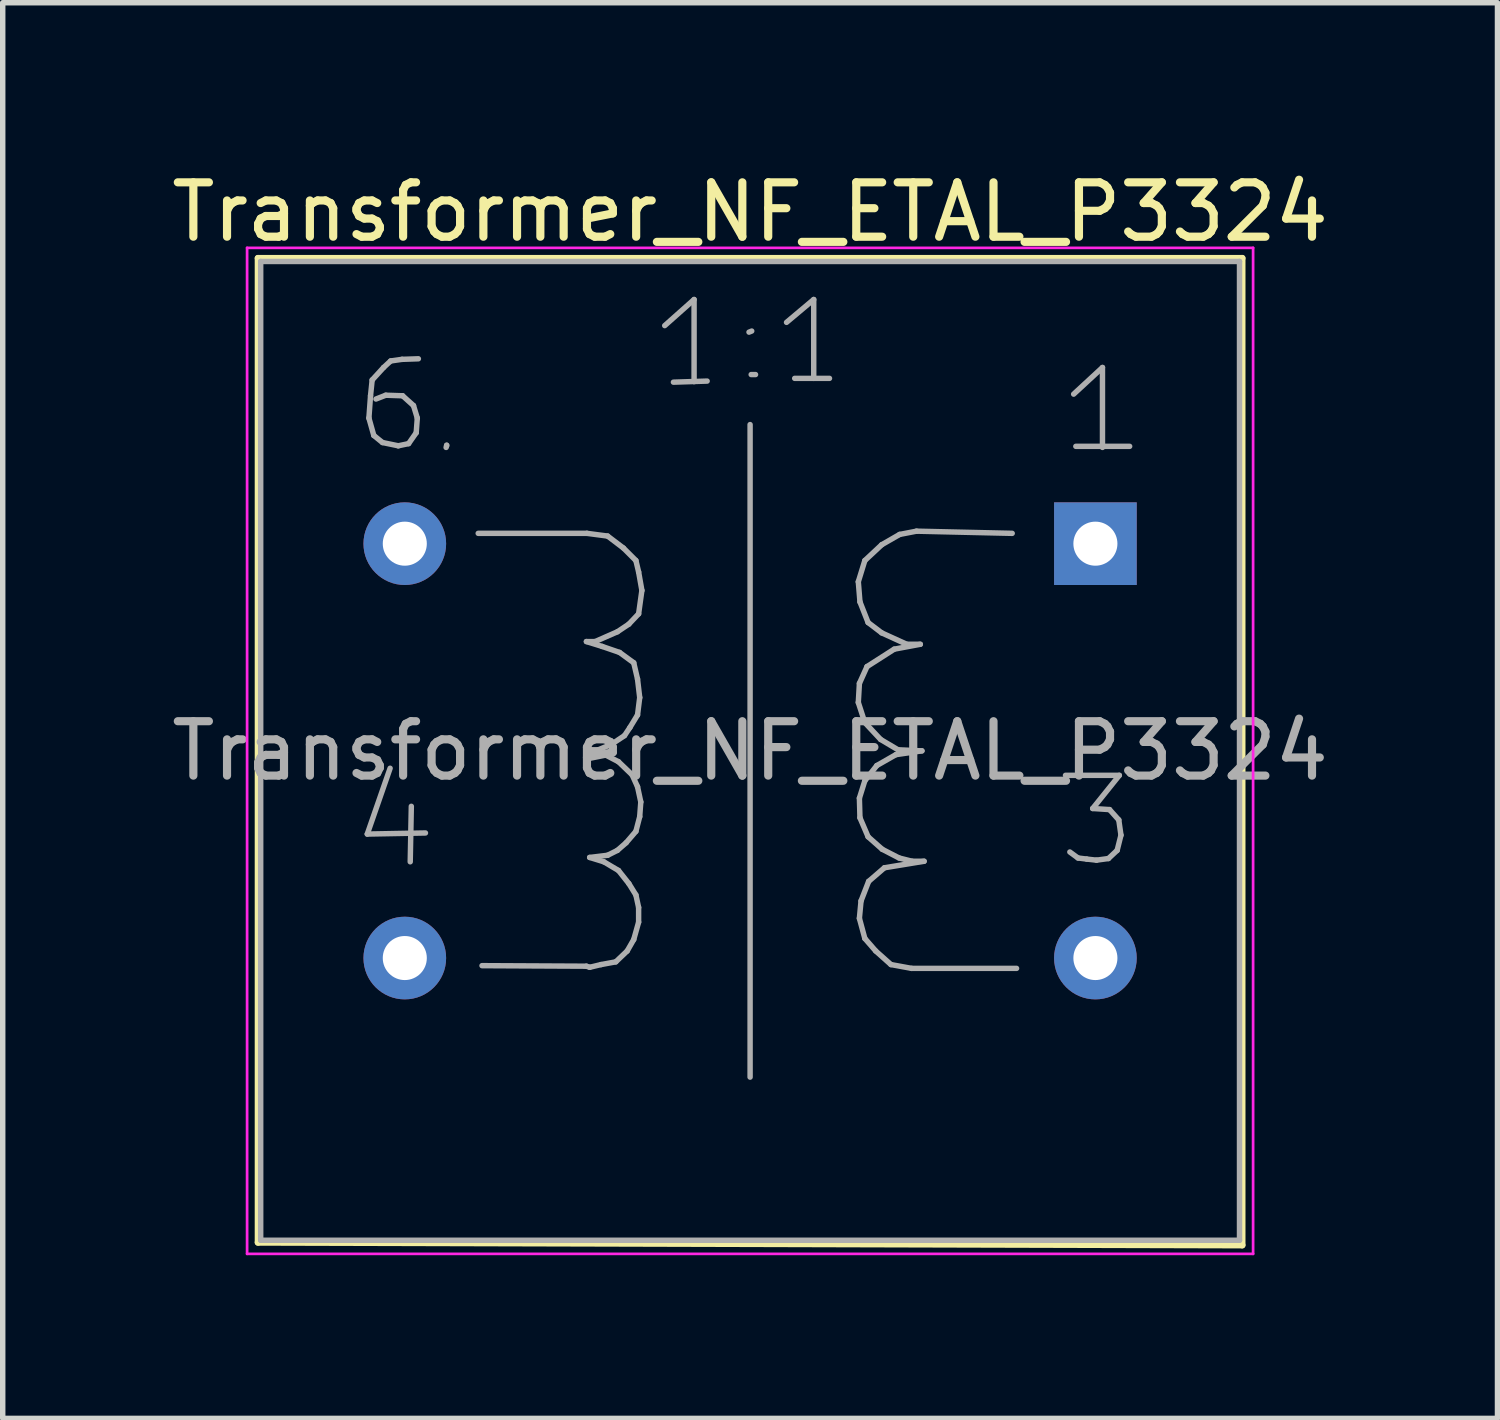
<source format=kicad_pcb>
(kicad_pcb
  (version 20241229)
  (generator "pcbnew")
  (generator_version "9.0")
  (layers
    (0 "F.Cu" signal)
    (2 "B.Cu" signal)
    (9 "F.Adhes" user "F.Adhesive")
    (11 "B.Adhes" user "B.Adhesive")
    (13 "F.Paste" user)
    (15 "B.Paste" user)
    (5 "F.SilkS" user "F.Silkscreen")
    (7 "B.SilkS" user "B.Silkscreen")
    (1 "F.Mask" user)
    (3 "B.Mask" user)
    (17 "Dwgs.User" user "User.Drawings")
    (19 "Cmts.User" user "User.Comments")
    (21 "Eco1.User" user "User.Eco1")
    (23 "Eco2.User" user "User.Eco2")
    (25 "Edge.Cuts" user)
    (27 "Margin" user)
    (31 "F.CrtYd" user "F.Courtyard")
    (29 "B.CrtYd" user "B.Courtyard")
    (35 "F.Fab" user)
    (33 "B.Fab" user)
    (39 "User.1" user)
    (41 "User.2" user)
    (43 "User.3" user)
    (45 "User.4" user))
  (footprint "Transformer_NF_ETAL_P3324"
    (layer "F.Cu")
    (at 17.094 6.948)
    (property "Reference" "Transformer_NF_ETAL_P3324" (at -6.35 -6.1 0) (layer "F.SilkS") (effects (font (size 1 1) (thickness 0.15))))
    (attr through_hole)
    (fp_line (start -15.4 -5.25) (end 2.7 -5.25) (stroke (width 0.12) (type solid)) (layer "F.SilkS"))
    (fp_line (start -15.4 12.85) (end -15.4 -5.25) (stroke (width 0.12) (type solid)) (layer "F.SilkS"))
    (fp_line (start 2.7 -5.25) (end 2.7 12.9) (stroke (width 0.12) (type solid)) (layer "F.SilkS"))
    (fp_line (start 2.7 12.9) (end -15.4 12.85) (stroke (width 0.12) (type solid)) (layer "F.SilkS"))
    (fp_line (start -15.6 -5.44) (end -15.6 13.06) (stroke (width 0.05) (type solid)) (layer "F.CrtYd"))
    (fp_line (start -15.6 -5.44) (end 2.9 -5.44) (stroke (width 0.05) (type solid)) (layer "F.CrtYd"))
    (fp_line (start 2.9 13.06) (end -15.6 13.06) (stroke (width 0.05) (type solid)) (layer "F.CrtYd"))
    (fp_line (start 2.9 13.06) (end 2.9 -5.44) (stroke (width 0.05) (type solid)) (layer "F.CrtYd"))
    (fp_line (start -15.35 -5.19) (end -15.35 12.81) (stroke (width 0.1) (type solid)) (layer "F.Fab"))
    (fp_line (start -15.35 12.81) (end 2.65 12.81) (stroke (width 0.1) (type solid)) (layer "F.Fab"))
    (fp_line (start -13.39 5.34) (end -12.32 5.32) (stroke (width 0.1) (type solid)) (layer "F.Fab"))
    (fp_line (start -13.36 -2.31) (end -13.27 -1.99) (stroke (width 0.1) (type solid)) (layer "F.Fab"))
    (fp_line (start -13.33 -2.72) (end -13.36 -2.31) (stroke (width 0.1) (type solid)) (layer "F.Fab"))
    (fp_line (start -13.3 -3.01) (end -13.33 -2.72) (stroke (width 0.1) (type solid)) (layer "F.Fab"))
    (fp_line (start -13.27 -1.99) (end -13.11 -1.86) (stroke (width 0.1) (type solid)) (layer "F.Fab"))
    (fp_line (start -13.11 -1.86) (end -12.82 -1.8) (stroke (width 0.1) (type solid)) (layer "F.Fab"))
    (fp_line (start -13.09 -3.24) (end -13.3 -3.01) (stroke (width 0.1) (type solid)) (layer "F.Fab"))
    (fp_line (start -13.05 -2.73) (end -13.23 -2.66) (stroke (width 0.1) (type solid)) (layer "F.Fab"))
    (fp_line (start -12.97 4.13) (end -13.39 5.34) (stroke (width 0.1) (type solid)) (layer "F.Fab"))
    (fp_line (start -12.96 -3.36) (end -13.09 -3.24) (stroke (width 0.1) (type solid)) (layer "F.Fab"))
    (fp_line (start -12.82 -1.8) (end -12.63 -1.84) (stroke (width 0.1) (type solid)) (layer "F.Fab"))
    (fp_line (start -12.75 -3.39) (end -12.96 -3.36) (stroke (width 0.1) (type solid)) (layer "F.Fab"))
    (fp_line (start -12.74 -2.72) (end -13.05 -2.73) (stroke (width 0.1) (type solid)) (layer "F.Fab"))
    (fp_line (start -12.63 -1.84) (end -12.49 -2.04) (stroke (width 0.1) (type solid)) (layer "F.Fab"))
    (fp_line (start -12.58 4.83) (end -12.6 5.85) (stroke (width 0.1) (type solid)) (layer "F.Fab"))
    (fp_line (start -12.54 -2.54) (end -12.74 -2.72) (stroke (width 0.1) (type solid)) (layer "F.Fab"))
    (fp_line (start -12.49 -2.04) (end -12.47 -2.31) (stroke (width 0.1) (type solid)) (layer "F.Fab"))
    (fp_line (start -12.47 -2.31) (end -12.54 -2.54) (stroke (width 0.1) (type solid)) (layer "F.Fab"))
    (fp_line (start -12.45 -3.4) (end -12.75 -3.39) (stroke (width 0.1) (type solid)) (layer "F.Fab"))
    (fp_line (start -11.94 -1.77) (end -11.93 -1.81) (stroke (width 0.1) (type solid)) (layer "F.Fab"))
    (fp_line (start -11.93 -1.81) (end -11.93 -1.8) (stroke (width 0.1) (type solid)) (layer "F.Fab"))
    (fp_line (start -11.35 -0.19) (end -9.35 -0.19) (stroke (width 0.1) (type solid)) (layer "F.Fab"))
    (fp_line (start -9.36 1.8) (end -9.07 1.89) (stroke (width 0.1) (type solid)) (layer "F.Fab"))
    (fp_line (start -9.36 7.77) (end -11.28 7.76) (stroke (width 0.1) (type solid)) (layer "F.Fab"))
    (fp_line (start -9.35 -0.19) (end -8.97 -0.14) (stroke (width 0.1) (type solid)) (layer "F.Fab"))
    (fp_line (start -9.3 5.77) (end -9.04 5.85) (stroke (width 0.1) (type solid)) (layer "F.Fab"))
    (fp_line (start -9.3 7.79) (end -9.36 7.77) (stroke (width 0.1) (type solid)) (layer "F.Fab"))
    (fp_line (start -9.29 3.79) (end -9.02 3.88) (stroke (width 0.1) (type solid)) (layer "F.Fab"))
    (fp_line (start -9.2 1.8) (end -9.36 1.8) (stroke (width 0.1) (type solid)) (layer "F.Fab"))
    (fp_line (start -9.14 3.79) (end -9.29 3.79) (stroke (width 0.1) (type solid)) (layer "F.Fab"))
    (fp_line (start -9.09 7.74) (end -9.3 7.79) (stroke (width 0.1) (type solid)) (layer "F.Fab"))
    (fp_line (start -9.07 1.89) (end -8.75 2) (stroke (width 0.1) (type solid)) (layer "F.Fab"))
    (fp_line (start -9.04 5.85) (end -8.77 6.01) (stroke (width 0.1) (type solid)) (layer "F.Fab"))
    (fp_line (start -9.02 3.88) (end -8.77 4.01) (stroke (width 0.1) (type solid)) (layer "F.Fab"))
    (fp_line (start -8.97 -0.14) (end -8.68 0.08) (stroke (width 0.1) (type solid)) (layer "F.Fab"))
    (fp_line (start -8.97 5.73) (end -9.3 5.77) (stroke (width 0.1) (type solid)) (layer "F.Fab"))
    (fp_line (start -8.9 3.69) (end -9.14 3.79) (stroke (width 0.1) (type solid)) (layer "F.Fab"))
    (fp_line (start -8.82 7.69) (end -9.09 7.74) (stroke (width 0.1) (type solid)) (layer "F.Fab"))
    (fp_line (start -8.79 1.62) (end -9.2 1.8) (stroke (width 0.1) (type solid)) (layer "F.Fab"))
    (fp_line (start -8.79 5.64) (end -8.97 5.73) (stroke (width 0.1) (type solid)) (layer "F.Fab"))
    (fp_line (start -8.77 4.01) (end -8.52 4.25) (stroke (width 0.1) (type solid)) (layer "F.Fab"))
    (fp_line (start -8.77 6.01) (end -8.58 6.25) (stroke (width 0.1) (type solid)) (layer "F.Fab"))
    (fp_line (start -8.75 2) (end -8.49 2.19) (stroke (width 0.1) (type solid)) (layer "F.Fab"))
    (fp_line (start -8.68 0.08) (end -8.45 0.31) (stroke (width 0.1) (type solid)) (layer "F.Fab"))
    (fp_line (start -8.66 3.53) (end -8.9 3.69) (stroke (width 0.1) (type solid)) (layer "F.Fab"))
    (fp_line (start -8.63 5.5) (end -8.79 5.64) (stroke (width 0.1) (type solid)) (layer "F.Fab"))
    (fp_line (start -8.61 7.49) (end -8.82 7.69) (stroke (width 0.1) (type solid)) (layer "F.Fab"))
    (fp_line (start -8.58 1.48) (end -8.79 1.62) (stroke (width 0.1) (type solid)) (layer "F.Fab"))
    (fp_line (start -8.58 6.25) (end -8.45 6.46) (stroke (width 0.1) (type solid)) (layer "F.Fab"))
    (fp_line (start -8.56 3.38) (end -8.66 3.53) (stroke (width 0.1) (type solid)) (layer "F.Fab"))
    (fp_line (start -8.52 4.25) (end -8.42 4.47) (stroke (width 0.1) (type solid)) (layer "F.Fab"))
    (fp_line (start -8.49 2.19) (end -8.42 2.49) (stroke (width 0.1) (type solid)) (layer "F.Fab"))
    (fp_line (start -8.49 7.28) (end -8.61 7.49) (stroke (width 0.1) (type solid)) (layer "F.Fab"))
    (fp_line (start -8.45 0.31) (end -8.4 0.52) (stroke (width 0.1) (type solid)) (layer "F.Fab"))
    (fp_line (start -8.45 5.29) (end -8.63 5.5) (stroke (width 0.1) (type solid)) (layer "F.Fab"))
    (fp_line (start -8.45 6.46) (end -8.4 6.69) (stroke (width 0.1) (type solid)) (layer "F.Fab"))
    (fp_line (start -8.42 2.49) (end -8.38 2.83) (stroke (width 0.1) (type solid)) (layer "F.Fab"))
    (fp_line (start -8.42 3.15) (end -8.56 3.38) (stroke (width 0.1) (type solid)) (layer "F.Fab"))
    (fp_line (start -8.42 4.47) (end -8.36 4.75) (stroke (width 0.1) (type solid)) (layer "F.Fab"))
    (fp_line (start -8.4 0.52) (end -8.34 0.86) (stroke (width 0.1) (type solid)) (layer "F.Fab"))
    (fp_line (start -8.4 1.29) (end -8.58 1.48) (stroke (width 0.1) (type solid)) (layer "F.Fab"))
    (fp_line (start -8.4 6.69) (end -8.4 6.96) (stroke (width 0.1) (type solid)) (layer "F.Fab"))
    (fp_line (start -8.4 6.96) (end -8.49 7.28) (stroke (width 0.1) (type solid)) (layer "F.Fab"))
    (fp_line (start -8.38 2.83) (end -8.42 3.15) (stroke (width 0.1) (type solid)) (layer "F.Fab"))
    (fp_line (start -8.38 5.02) (end -8.45 5.29) (stroke (width 0.1) (type solid)) (layer "F.Fab"))
    (fp_line (start -8.36 4.75) (end -8.38 5.02) (stroke (width 0.1) (type solid)) (layer "F.Fab"))
    (fp_line (start -8.34 0.86) (end -8.4 1.29) (stroke (width 0.1) (type solid)) (layer "F.Fab"))
    (fp_line (start -7.92 -4.01) (end -7.38 -4.49) (stroke (width 0.1) (type solid)) (layer "F.Fab"))
    (fp_line (start -7.76 -2.97) (end -7.14 -2.99) (stroke (width 0.1) (type solid)) (layer "F.Fab"))
    (fp_line (start -7.38 -4.49) (end -7.38 -2.98) (stroke (width 0.1) (type solid)) (layer "F.Fab"))
    (fp_line (start -6.35 -2.19) (end -6.35 9.81) (stroke (width 0.1) (type solid)) (layer "F.Fab"))
    (fp_line (start -6.32 -3.91) (end -6.37 -3.89) (stroke (width 0.1) (type solid)) (layer "F.Fab"))
    (fp_line (start -6.25 -3.11) (end -6.33 -3.11) (stroke (width 0.1) (type solid)) (layer "F.Fab"))
    (fp_line (start -5.68 -4.07) (end -5.18 -4.49) (stroke (width 0.1) (type solid)) (layer "F.Fab"))
    (fp_line (start -5.53 -3.04) (end -4.89 -3.04) (stroke (width 0.1) (type solid)) (layer "F.Fab"))
    (fp_line (start -5.18 -4.49) (end -5.18 -3.04) (stroke (width 0.1) (type solid)) (layer "F.Fab"))
    (fp_line (start -4.36 0.7) (end -4.33 1.07) (stroke (width 0.1) (type solid)) (layer "F.Fab"))
    (fp_line (start -4.36 2.92) (end -4.24 3.29) (stroke (width 0.1) (type solid)) (layer "F.Fab"))
    (fp_line (start -4.34 2.57) (end -4.36 2.92) (stroke (width 0.1) (type solid)) (layer "F.Fab"))
    (fp_line (start -4.34 4.68) (end -4.33 5.04) (stroke (width 0.1) (type solid)) (layer "F.Fab"))
    (fp_line (start -4.34 6.89) (end -4.24 7.26) (stroke (width 0.1) (type solid)) (layer "F.Fab"))
    (fp_line (start -4.33 1.07) (end -4.18 1.45) (stroke (width 0.1) (type solid)) (layer "F.Fab"))
    (fp_line (start -4.33 5.04) (end -4.18 5.39) (stroke (width 0.1) (type solid)) (layer "F.Fab"))
    (fp_line (start -4.31 6.57) (end -4.34 6.89) (stroke (width 0.1) (type solid)) (layer "F.Fab"))
    (fp_line (start -4.24 0.31) (end -4.36 0.7) (stroke (width 0.1) (type solid)) (layer "F.Fab"))
    (fp_line (start -4.24 3.29) (end -3.95 3.6) (stroke (width 0.1) (type solid)) (layer "F.Fab"))
    (fp_line (start -4.24 4.36) (end -4.34 4.68) (stroke (width 0.1) (type solid)) (layer "F.Fab"))
    (fp_line (start -4.24 7.26) (end -4.04 7.49) (stroke (width 0.1) (type solid)) (layer "F.Fab"))
    (fp_line (start -4.2 2.26) (end -4.34 2.57) (stroke (width 0.1) (type solid)) (layer "F.Fab"))
    (fp_line (start -4.18 1.45) (end -3.93 1.64) (stroke (width 0.1) (type solid)) (layer "F.Fab"))
    (fp_line (start -4.18 5.39) (end -3.92 5.62) (stroke (width 0.1) (type solid)) (layer "F.Fab"))
    (fp_line (start -4.17 6.21) (end -4.31 6.57) (stroke (width 0.1) (type solid)) (layer "F.Fab"))
    (fp_line (start -4.04 7.49) (end -3.76 7.74) (stroke (width 0.1) (type solid)) (layer "F.Fab"))
    (fp_line (start -4.02 4.08) (end -4.24 4.36) (stroke (width 0.1) (type solid)) (layer "F.Fab"))
    (fp_line (start -3.95 3.6) (end -3.63 3.79) (stroke (width 0.1) (type solid)) (layer "F.Fab"))
    (fp_line (start -3.93 0.02) (end -4.24 0.31) (stroke (width 0.1) (type solid)) (layer "F.Fab"))
    (fp_line (start -3.93 1.64) (end -3.47 1.85) (stroke (width 0.1) (type solid)) (layer "F.Fab"))
    (fp_line (start -3.92 5.62) (end -3.61 5.78) (stroke (width 0.1) (type solid)) (layer "F.Fab"))
    (fp_line (start -3.88 5.96) (end -4.17 6.21) (stroke (width 0.1) (type solid)) (layer "F.Fab"))
    (fp_line (start -3.76 7.74) (end -3.38 7.81) (stroke (width 0.1) (type solid)) (layer "F.Fab"))
    (fp_line (start -3.7 1.94) (end -4.2 2.26) (stroke (width 0.1) (type solid)) (layer "F.Fab"))
    (fp_line (start -3.67 3.88) (end -4.02 4.08) (stroke (width 0.1) (type solid)) (layer "F.Fab"))
    (fp_line (start -3.63 3.79) (end -3.19 3.81) (stroke (width 0.1) (type solid)) (layer "F.Fab"))
    (fp_line (start -3.61 5.78) (end -3.37 5.84) (stroke (width 0.1) (type solid)) (layer "F.Fab"))
    (fp_line (start -3.6 -0.17) (end -3.93 0.02) (stroke (width 0.1) (type solid)) (layer "F.Fab"))
    (fp_line (start -3.47 1.85) (end -3.22 1.85) (stroke (width 0.1) (type solid)) (layer "F.Fab"))
    (fp_line (start -3.38 7.81) (end -1.45 7.81) (stroke (width 0.1) (type solid)) (layer "F.Fab"))
    (fp_line (start -3.37 5.84) (end -3.15 5.84) (stroke (width 0.1) (type solid)) (layer "F.Fab"))
    (fp_line (start -3.29 -0.23) (end -3.6 -0.17) (stroke (width 0.1) (type solid)) (layer "F.Fab"))
    (fp_line (start -3.22 1.85) (end -3.7 1.94) (stroke (width 0.1) (type solid)) (layer "F.Fab"))
    (fp_line (start -3.19 3.81) (end -3.67 3.88) (stroke (width 0.1) (type solid)) (layer "F.Fab"))
    (fp_line (start -3.15 5.84) (end -3.88 5.96) (stroke (width 0.1) (type solid)) (layer "F.Fab"))
    (fp_line (start -1.53 -0.19) (end -3.29 -0.23) (stroke (width 0.1) (type solid)) (layer "F.Fab"))
    (fp_line (start -0.55 4.26) (end 0.44 4.26) (stroke (width 0.1) (type solid)) (layer "F.Fab"))
    (fp_line (start -0.4 -2.75) (end 0.13 -3.24) (stroke (width 0.1) (type solid)) (layer "F.Fab"))
    (fp_line (start -0.36 -1.79) (end 0.63 -1.79) (stroke (width 0.1) (type solid)) (layer "F.Fab"))
    (fp_line (start -0.32 5.78) (end -0.47 5.67) (stroke (width 0.1) (type solid)) (layer "F.Fab"))
    (fp_line (start -0.16 5.8) (end -0.32 5.78) (stroke (width 0.1) (type solid)) (layer "F.Fab"))
    (fp_line (start -0.05 4.87) (end 0.26 4.89) (stroke (width 0.1) (type solid)) (layer "F.Fab"))
    (fp_line (start 0.02 5.82) (end -0.16 5.8) (stroke (width 0.1) (type solid)) (layer "F.Fab"))
    (fp_line (start 0.13 -3.24) (end 0.13 -1.77) (stroke (width 0.1) (type solid)) (layer "F.Fab"))
    (fp_line (start 0.24 5.79) (end 0.02 5.82) (stroke (width 0.1) (type solid)) (layer "F.Fab"))
    (fp_line (start 0.26 4.89) (end 0.43 5.08) (stroke (width 0.1) (type solid)) (layer "F.Fab"))
    (fp_line (start 0.4 5.64) (end 0.24 5.79) (stroke (width 0.1) (type solid)) (layer "F.Fab"))
    (fp_line (start 0.43 5.08) (end 0.47 5.36) (stroke (width 0.1) (type solid)) (layer "F.Fab"))
    (fp_line (start 0.44 4.26) (end -0.05 4.87) (stroke (width 0.1) (type solid)) (layer "F.Fab"))
    (fp_line (start 0.47 5.36) (end 0.4 5.64) (stroke (width 0.1) (type solid)) (layer "F.Fab"))
    (fp_line (start 2.65 -5.19) (end -15.35 -5.19) (stroke (width 0.1) (type solid)) (layer "F.Fab"))
    (fp_line (start 2.65 12.81) (end 2.65 -5.19) (stroke (width 0.1) (type solid)) (layer "F.Fab"))
    (fp_text user "${REFERENCE}" (at -6.35 3.81 0) (layer "F.Fab") (effects (font (size 1 1) (thickness 0.15))))
    (pad "1" thru_hole rect (at 0 0) (size 1.52 1.52) (drill 0.81) (layers "*.Cu" "*.Mask"))
    (pad "3" thru_hole circle (at 0 7.62) (size 1.52 1.52) (drill 0.81) (layers "*.Cu" "*.Mask"))
    (pad "4" thru_hole circle (at -12.7 7.62) (size 1.52 1.52) (drill 0.81) (layers "*.Cu" "*.Mask"))
    (pad "6" thru_hole circle (at -12.7 0) (size 1.52 1.52) (drill 0.81) (layers "*.Cu" "*.Mask")))
  (gr_rect
    (start -3 -3)
    (end 24.488 23.033)
    (stroke (width 0.1) (type default))
    (fill no)
    (layer "Edge.Cuts")))
</source>
